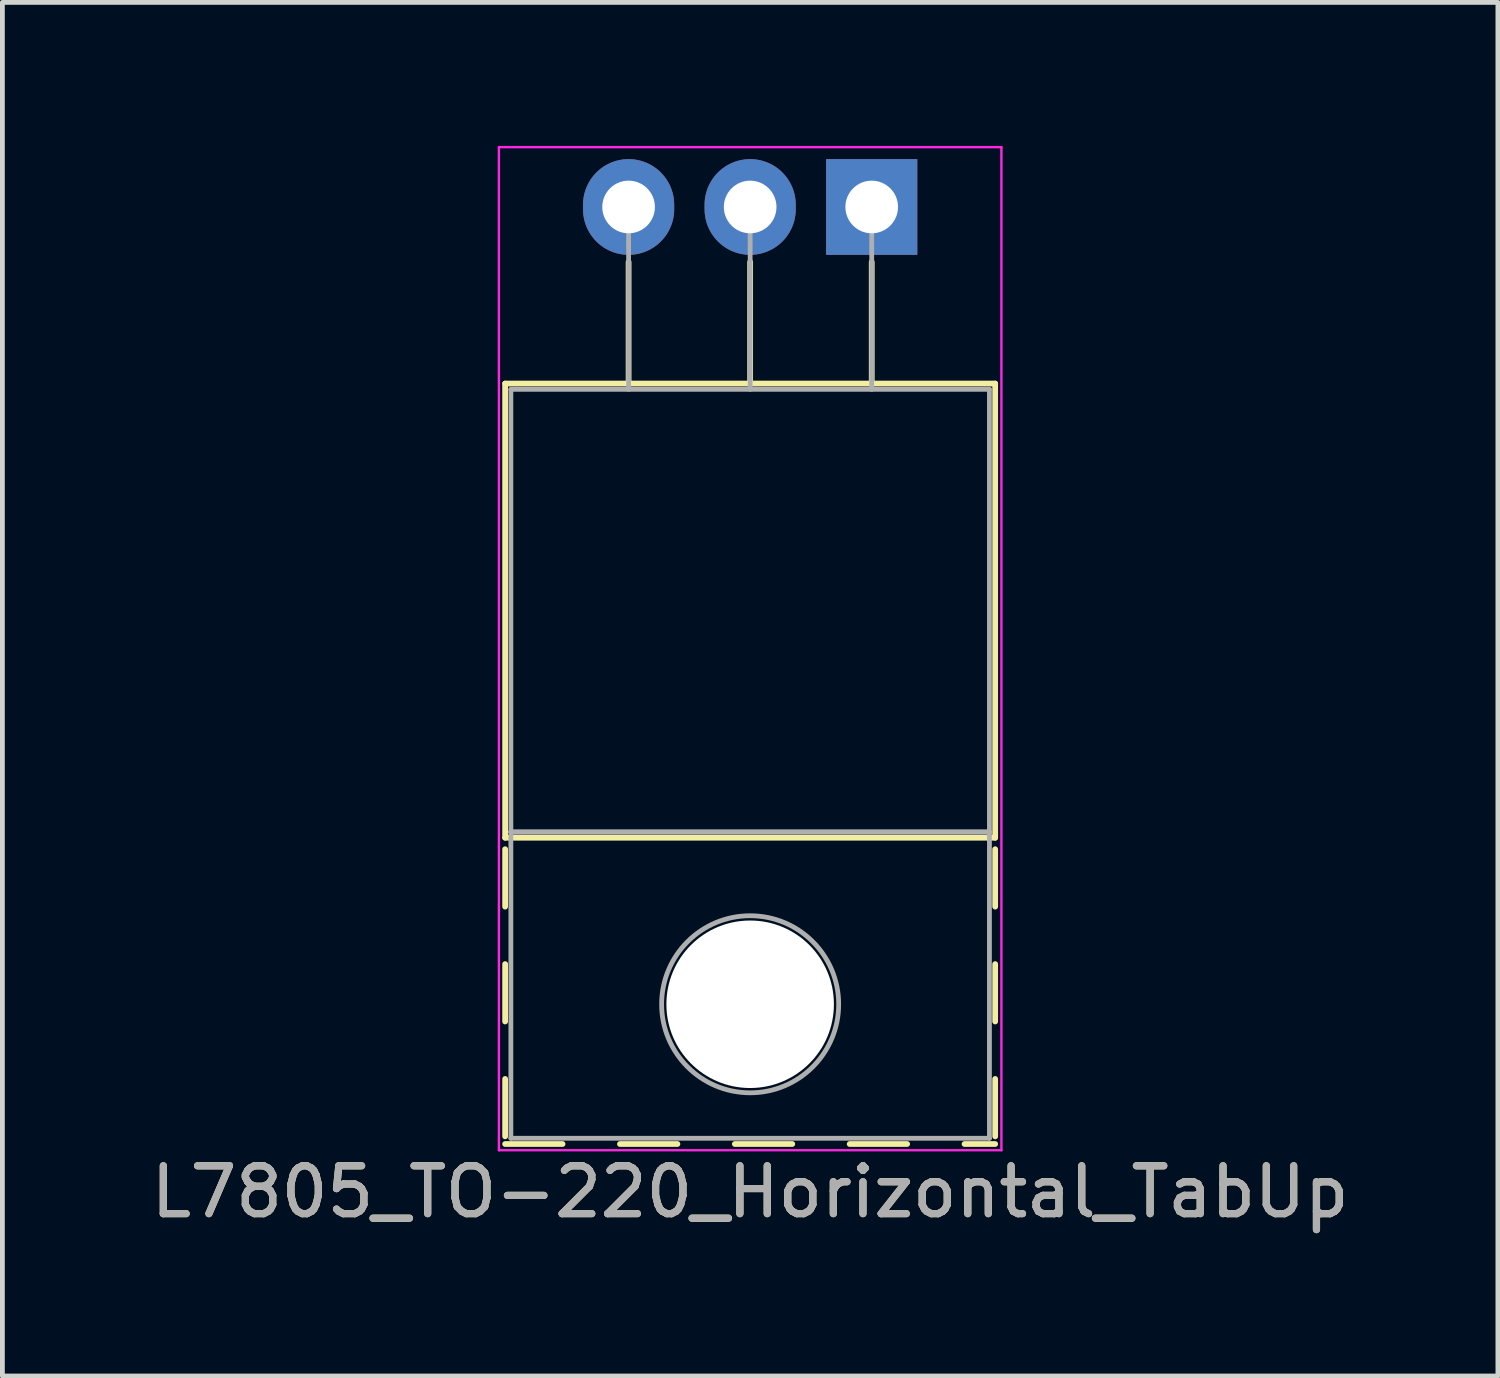
<source format=kicad_pcb>
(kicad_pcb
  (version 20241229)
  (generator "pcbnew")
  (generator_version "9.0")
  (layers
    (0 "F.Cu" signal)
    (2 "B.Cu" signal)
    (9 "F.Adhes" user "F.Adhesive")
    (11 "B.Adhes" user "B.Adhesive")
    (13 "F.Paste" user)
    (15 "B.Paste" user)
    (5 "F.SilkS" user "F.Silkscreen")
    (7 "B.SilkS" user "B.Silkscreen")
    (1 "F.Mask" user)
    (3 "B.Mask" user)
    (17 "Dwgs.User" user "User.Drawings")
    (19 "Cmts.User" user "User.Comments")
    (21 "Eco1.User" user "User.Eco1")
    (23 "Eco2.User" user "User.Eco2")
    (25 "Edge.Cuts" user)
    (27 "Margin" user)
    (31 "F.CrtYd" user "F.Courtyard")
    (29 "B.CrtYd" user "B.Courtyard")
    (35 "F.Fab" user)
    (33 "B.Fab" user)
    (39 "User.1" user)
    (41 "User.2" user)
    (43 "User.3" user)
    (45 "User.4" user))
  (footprint "L7805_TO-220_Horizontal_TabUp"
    (layer "F.Cu")
    (at 10.085 1.275)
    (property "Reference" "L7805_TO-220_Horizontal_TabUp" (at 2.54 20.58 0) (layer "F.SilkS") (effects (font (size 1 1) (thickness 0.15))))
    (attr through_hole)
    (fp_line (start -2.58 3.69) (end -2.58 13.18) (stroke (width 0.12) (type solid)) (layer "F.SilkS"))
    (fp_line (start -2.58 3.69) (end 7.66 3.69) (stroke (width 0.12) (type solid)) (layer "F.SilkS"))
    (fp_line (start -2.58 13.18) (end 7.66 13.18) (stroke (width 0.12) (type solid)) (layer "F.SilkS"))
    (fp_line (start -2.58 13.42) (end -2.58 14.62) (stroke (width 0.12) (type solid)) (layer "F.SilkS"))
    (fp_line (start -2.58 15.82) (end -2.58 17.02) (stroke (width 0.12) (type solid)) (layer "F.SilkS"))
    (fp_line (start -2.58 18.22) (end -2.58 19.42) (stroke (width 0.12) (type solid)) (layer "F.SilkS"))
    (fp_line (start -2.58 19.58) (end -1.38 19.58) (stroke (width 0.12) (type solid)) (layer "F.SilkS"))
    (fp_line (start -0.181 19.58) (end 1.02 19.58) (stroke (width 0.12) (type solid)) (layer "F.SilkS"))
    (fp_line (start 0 1.15) (end 0 3.69) (stroke (width 0.12) (type solid)) (layer "F.SilkS"))
    (fp_line (start 2.22 19.58) (end 3.42 19.58) (stroke (width 0.12) (type solid)) (layer "F.SilkS"))
    (fp_line (start 2.54 1.15) (end 2.54 3.69) (stroke (width 0.12) (type solid)) (layer "F.SilkS"))
    (fp_line (start 4.62 19.58) (end 5.82 19.58) (stroke (width 0.12) (type solid)) (layer "F.SilkS"))
    (fp_line (start 5.08 1.15) (end 5.08 3.69) (stroke (width 0.12) (type solid)) (layer "F.SilkS"))
    (fp_line (start 7.02 19.58) (end 7.66 19.58) (stroke (width 0.12) (type solid)) (layer "F.SilkS"))
    (fp_line (start 7.66 3.69) (end 7.66 13.18) (stroke (width 0.12) (type solid)) (layer "F.SilkS"))
    (fp_line (start 7.66 13.42) (end 7.66 14.62) (stroke (width 0.12) (type solid)) (layer "F.SilkS"))
    (fp_line (start 7.66 15.82) (end 7.66 17.02) (stroke (width 0.12) (type solid)) (layer "F.SilkS"))
    (fp_line (start 7.66 18.22) (end 7.66 19.42) (stroke (width 0.12) (type solid)) (layer "F.SilkS"))
    (fp_line (start -2.71 -1.25) (end -2.71 19.71) (stroke (width 0.05) (type solid)) (layer "F.CrtYd"))
    (fp_line (start -2.71 19.71) (end 7.79 19.71) (stroke (width 0.05) (type solid)) (layer "F.CrtYd"))
    (fp_line (start 7.79 -1.25) (end -2.71 -1.25) (stroke (width 0.05) (type solid)) (layer "F.CrtYd"))
    (fp_line (start 7.79 19.71) (end 7.79 -1.25) (stroke (width 0.05) (type solid)) (layer "F.CrtYd"))
    (fp_line (start -2.46 3.81) (end -2.46 13.06) (stroke (width 0.1) (type solid)) (layer "F.Fab"))
    (fp_line (start -2.46 13.06) (end -2.46 19.46) (stroke (width 0.1) (type solid)) (layer "F.Fab"))
    (fp_line (start -2.46 13.06) (end 7.54 13.06) (stroke (width 0.1) (type solid)) (layer "F.Fab"))
    (fp_line (start -2.46 19.46) (end 7.54 19.46) (stroke (width 0.1) (type solid)) (layer "F.Fab"))
    (fp_line (start 0 3.81) (end 0 0) (stroke (width 0.1) (type solid)) (layer "F.Fab"))
    (fp_line (start 2.54 3.81) (end 2.54 0) (stroke (width 0.1) (type solid)) (layer "F.Fab"))
    (fp_line (start 5.08 3.81) (end 5.08 0) (stroke (width 0.1) (type solid)) (layer "F.Fab"))
    (fp_line (start 7.54 3.81) (end -2.46 3.81) (stroke (width 0.1) (type solid)) (layer "F.Fab"))
    (fp_line (start 7.54 13.06) (end -2.46 13.06) (stroke (width 0.1) (type solid)) (layer "F.Fab"))
    (fp_line (start 7.54 13.06) (end 7.54 3.81) (stroke (width 0.1) (type solid)) (layer "F.Fab"))
    (fp_line (start 7.54 19.46) (end 7.54 13.06) (stroke (width 0.1) (type solid)) (layer "F.Fab"))
    (fp_circle (center 2.54 16.66) (end 4.39 16.66) (stroke (width 0.1) (type solid)) (fill no) (layer "F.Fab"))
    (fp_text user "${REFERENCE}" (at 2.54 20.58 0) (layer "F.Fab") (effects (font (size 1 1) (thickness 0.15))))
    (pad "" np_thru_hole oval (at 2.54 16.66) (size 3.5 3.5) (drill 3.5) (layers "*.Cu" "*.Mask"))
    (pad "1" thru_hole rect (at 5.08 0) (size 1.905 2) (drill 1.1) (layers "*.Cu" "*.Mask"))
    (pad "2" thru_hole oval (at 2.54 0) (size 1.905 2) (drill 1.1) (layers "*.Cu" "*.Mask"))
    (pad "3" thru_hole oval (at 0 0) (size 1.905 2) (drill 1.1) (layers "*.Cu" "*.Mask")))
  (gr_rect
    (start -3 -3)
    (end 28.25 25.703)
    (stroke (width 0.1) (type default))
    (fill no)
    (layer "Edge.Cuts")))
</source>
